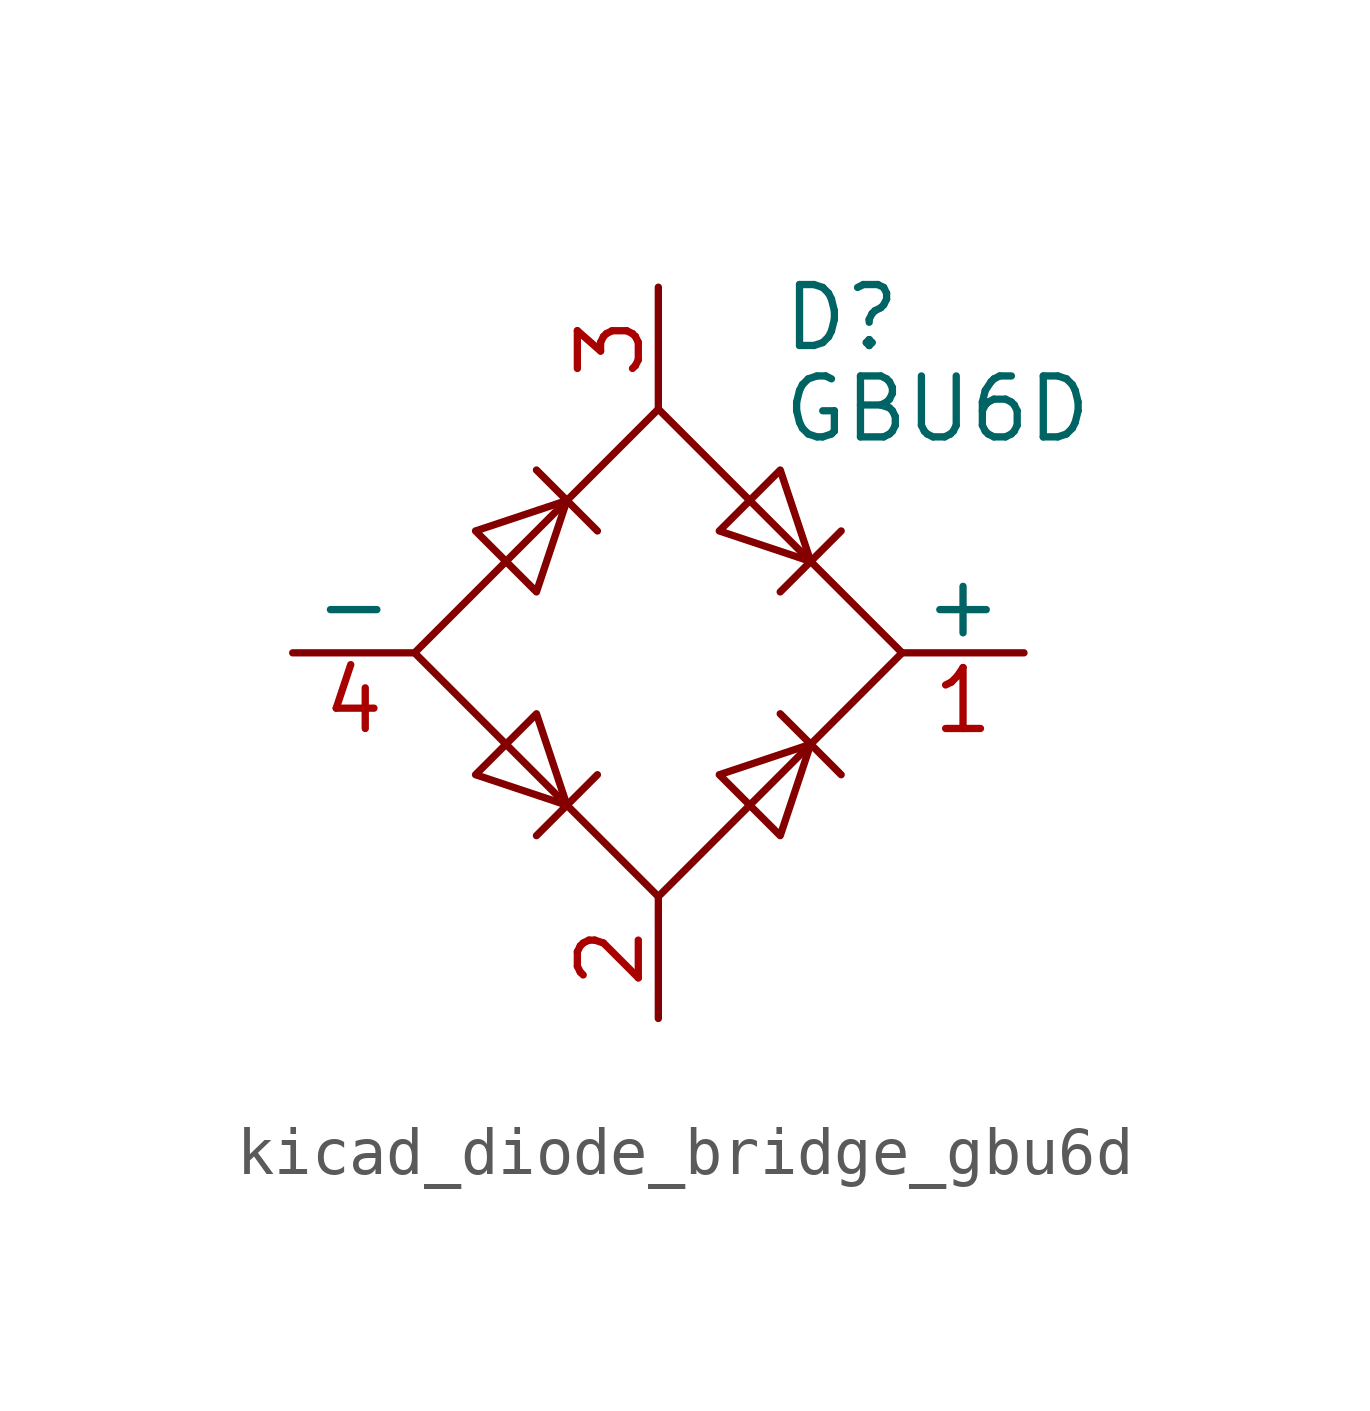
<source format=kicad_sym>
(kicad_symbol_lib
  (version 20220914)
  (generator kicad_symbol_editor)
  (symbol "kicad_diode_bridge_gbu6d"
    (pin_names
      (offset 0))
    (property "Reference" "D"
      (at 2.54 6.985 0)
      (effects (font (size 1.27 1.27)) (justify left)))
    (property "Value" "GBU6D"
      (at 2.54 5.08 0)
      (effects (font (size 1.27 1.27)) (justify left)))
    (symbol "kicad_diode_bridge_gbu6d_0_1"
      (polyline (pts (xy -2.54 3.81) (xy -1.27 2.54)) (stroke (width 0) (type default)) (fill (type none)))
      (polyline (pts (xy -1.27 -2.54) (xy -2.54 -3.81)) (stroke (width 0) (type default)) (fill (type none)))
      (polyline (pts (xy 2.54 -1.27) (xy 3.81 -2.54)) (stroke (width 0) (type default)) (fill (type none)))
      (polyline (pts (xy 2.54 1.27) (xy 3.81 2.54)) (stroke (width 0) (type default)) (fill (type none)))
      (polyline (pts (xy -3.81 2.54) (xy -2.54 1.27) (xy -1.905 3.175) (xy -3.81 2.54)) (stroke (width 0) (type default)) (fill (type none)))
      (polyline (pts (xy -2.54 -1.27) (xy -3.81 -2.54) (xy -1.905 -3.175) (xy -2.54 -1.27)) (stroke (width 0) (type default)) (fill (type none)))
      (polyline (pts (xy 1.27 2.54) (xy 2.54 3.81) (xy 3.175 1.905) (xy 1.27 2.54)) (stroke (width 0) (type default)) (fill (type none)))
      (polyline (pts (xy 3.175 -1.905) (xy 1.27 -2.54) (xy 2.54 -3.81) (xy 3.175 -1.905)) (stroke (width 0) (type default)) (fill (type none)))
      (polyline (pts (xy -5.08 0) (xy 0 -5.08) (xy 5.08 0) (xy 0 5.08) (xy -5.08 0)) (stroke (width 0) (type default)) (fill (type none))))
    (symbol "kicad_diode_bridge_gbu6d_1_1"
      (pin passive line (at 7.62 0 180) (length 2.54) (name "+" (effects (font (size 1.27 1.27)))) (number "1" (effects (font (size 1.27 1.27)))))
      (pin passive line (at 0 -7.62 90) (length 2.54) (name "~" (effects (font (size 1.27 1.27)))) (number "2" (effects (font (size 1.27 1.27)))))
      (pin passive line (at 0 7.62 270) (length 2.54) (name "~" (effects (font (size 1.27 1.27)))) (number "3" (effects (font (size 1.27 1.27)))))
      (pin passive line (at -7.62 0 0) (length 2.54) (name "-" (effects (font (size 1.27 1.27)))) (number "4" (effects (font (size 1.27 1.27))))))))
</source>
